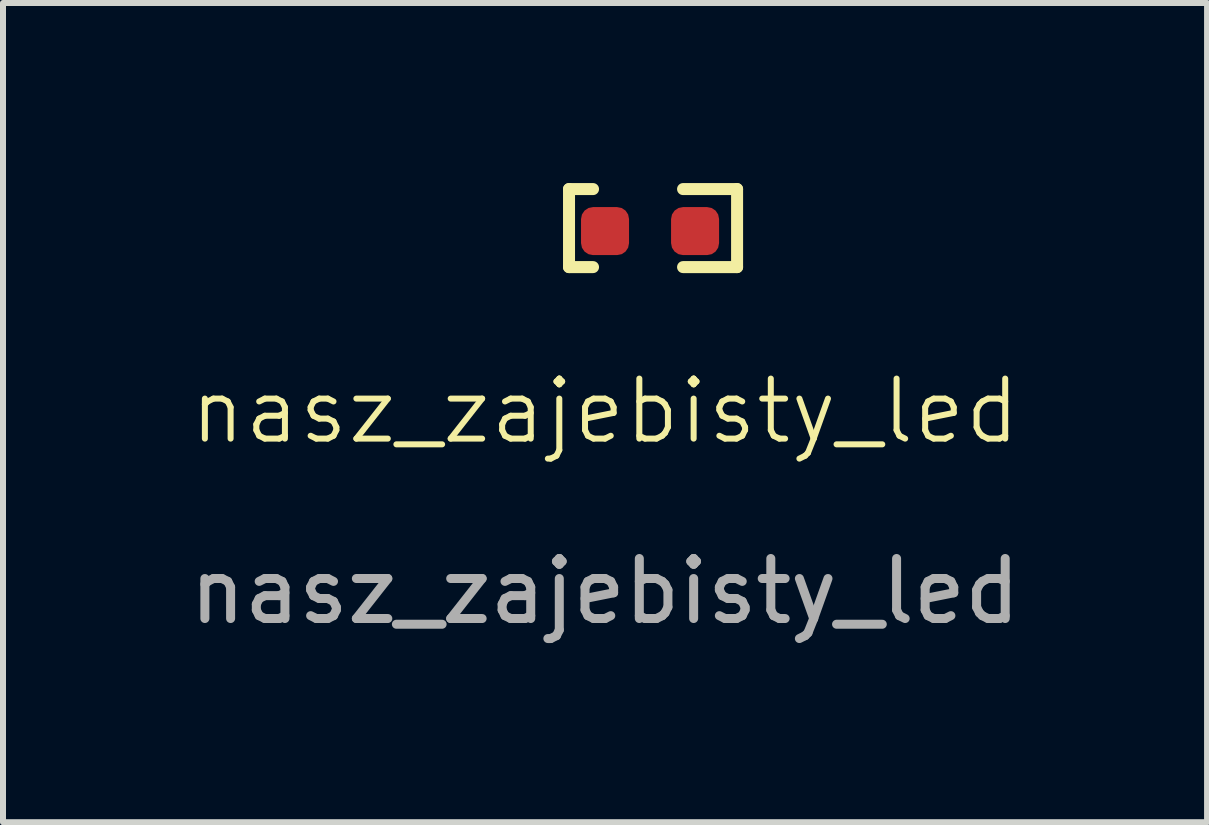
<source format=kicad_pcb>
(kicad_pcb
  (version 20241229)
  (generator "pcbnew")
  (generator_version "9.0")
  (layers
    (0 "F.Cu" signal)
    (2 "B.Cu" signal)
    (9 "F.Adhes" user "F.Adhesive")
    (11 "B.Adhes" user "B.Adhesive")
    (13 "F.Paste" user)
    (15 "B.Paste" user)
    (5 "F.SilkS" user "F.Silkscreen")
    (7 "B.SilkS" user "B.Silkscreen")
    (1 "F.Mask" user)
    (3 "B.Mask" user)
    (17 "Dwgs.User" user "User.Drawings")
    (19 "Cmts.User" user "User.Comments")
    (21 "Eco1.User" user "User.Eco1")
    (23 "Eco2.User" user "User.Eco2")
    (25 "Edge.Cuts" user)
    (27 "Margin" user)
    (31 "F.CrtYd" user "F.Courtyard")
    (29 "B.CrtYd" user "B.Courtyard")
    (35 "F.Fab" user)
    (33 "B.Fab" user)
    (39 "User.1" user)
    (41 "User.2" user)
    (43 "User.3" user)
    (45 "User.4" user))
  (footprint "nasz_zajebisty_led"
    (layer "F.Cu")
    (at 7.03 4.3)
    (property "Reference" "nasz_zajebisty_led" (at 0 -0.5 0) (unlocked yes) (layer "F.SilkS") (effects (font (size 1 1) (thickness 0.1))))
    (attr smd)
    (fp_line (start -0.6 -4.2) (end -0.6 -2.9) (stroke (width 0.2) (type default)) (layer "F.SilkS"))
    (fp_line (start -0.6 -2.9) (end -0.2 -2.9) (stroke (width 0.2) (type default)) (layer "F.SilkS"))
    (fp_line (start -0.2 -4.2) (end -0.6 -4.2) (stroke (width 0.2) (type default)) (layer "F.SilkS"))
    (fp_line (start 1.3 -4.2) (end 2.2 -4.2) (stroke (width 0.2) (type default)) (layer "F.SilkS"))
    (fp_line (start 2.2 -4.2) (end 2.2 -2.9) (stroke (width 0.2) (type default)) (layer "F.SilkS"))
    (fp_line (start 2.2 -2.9) (end 1.3 -2.9) (stroke (width 0.2) (type default)) (layer "F.SilkS"))
    (fp_text user "${REFERENCE}" (at 0 2.5 0) (unlocked yes) (layer "F.Fab") (effects (font (size 1 1) (thickness 0.15))))
    (pad "1" smd roundrect (at 0 -3.5) (size 0.8 0.8) (layers "F.Cu" "F.Mask" "F.Paste") (roundrect_rratio 0.25))
    (pad "2" smd roundrect (at 1.5 -3.5) (size 0.8 0.8) (layers "F.Cu" "F.Mask" "F.Paste") (roundrect_rratio 0.25)))
  (gr_rect
    (start -3 -3)
    (end 17.06 10.648)
    (stroke (width 0.1) (type default))
    (fill no)
    (layer "Edge.Cuts")))
</source>
